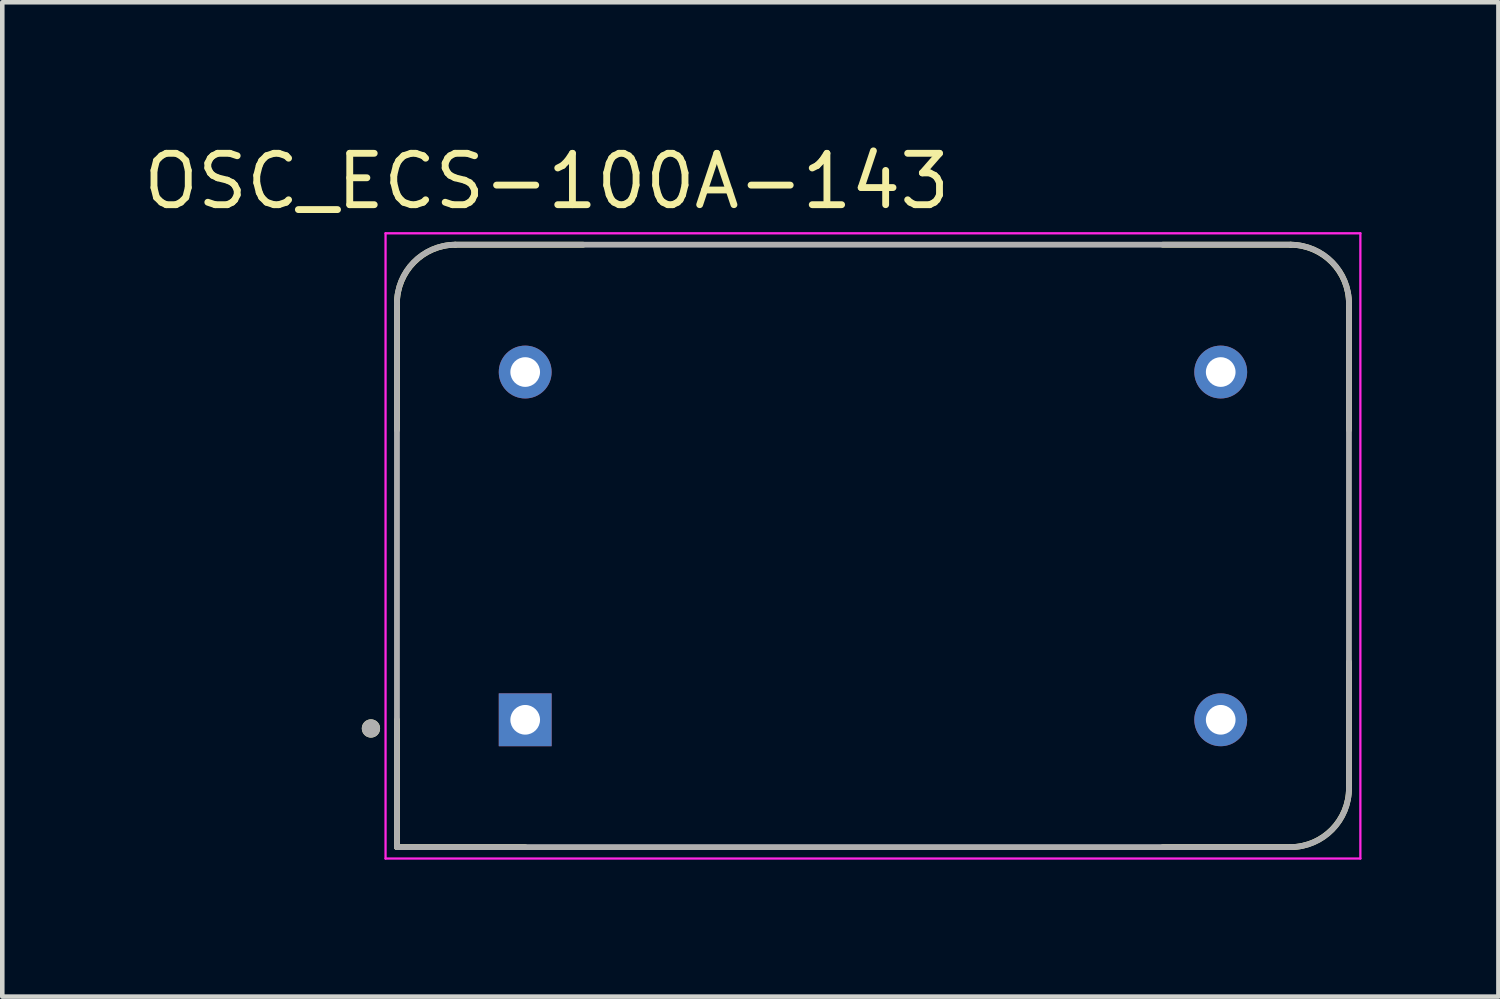
<source format=kicad_pcb>
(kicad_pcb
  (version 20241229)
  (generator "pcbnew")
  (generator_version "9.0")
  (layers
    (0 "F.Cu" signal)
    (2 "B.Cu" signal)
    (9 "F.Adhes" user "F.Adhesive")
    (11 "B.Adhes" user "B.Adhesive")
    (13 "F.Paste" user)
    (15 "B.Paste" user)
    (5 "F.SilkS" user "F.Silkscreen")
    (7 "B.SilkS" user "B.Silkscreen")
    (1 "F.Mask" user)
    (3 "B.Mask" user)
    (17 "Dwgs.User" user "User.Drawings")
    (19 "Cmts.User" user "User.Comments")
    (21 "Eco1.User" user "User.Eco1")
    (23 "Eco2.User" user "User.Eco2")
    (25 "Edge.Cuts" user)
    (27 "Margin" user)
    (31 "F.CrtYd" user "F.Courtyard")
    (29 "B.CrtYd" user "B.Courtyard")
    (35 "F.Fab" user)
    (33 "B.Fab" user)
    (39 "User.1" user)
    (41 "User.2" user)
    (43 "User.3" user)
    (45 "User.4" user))
  (footprint "OSC_ECS-100A-143"
    (layer "F.Cu")
    (at 16.078 8.912)
    (property "Reference" "OSC_ECS-100A-143" (at -7.148 -7.99 0) (layer "F.SilkS") (effects (font (size 1.126 1.126) (thickness 0.15))))
    (attr through_hole)
    (fp_line (start -10.43 -5.3) (end -10.43 -2.54) (stroke (width 0.127) (type solid)) (layer "F.SilkS"))
    (fp_line (start -10.43 3.81) (end -10.43 6.6) (stroke (width 0.127) (type solid)) (layer "F.SilkS"))
    (fp_line (start -10.43 6.6) (end -7.62 6.6) (stroke (width 0.127) (type solid)) (layer "F.SilkS"))
    (fp_line (start -6.35 -6.6) (end -9.15 -6.6) (stroke (width 0.127) (type solid)) (layer "F.SilkS"))
    (fp_line (start 6.35 -6.6) (end 9.15 -6.6) (stroke (width 0.127) (type solid)) (layer "F.SilkS"))
    (fp_line (start 6.35 6.6) (end 9.15 6.6) (stroke (width 0.127) (type solid)) (layer "F.SilkS"))
    (fp_line (start 10.43 -5.3) (end 10.43 -2.54) (stroke (width 0.127) (type solid)) (layer "F.SilkS"))
    (fp_line (start 10.43 5.3) (end 10.43 2.54) (stroke (width 0.127) (type solid)) (layer "F.SilkS"))
    (fp_arc (start -10.43 -5.3) (mid -10.059239 -6.215097) (end -9.15 -6.6) (stroke (width 0.127) (type solid)) (layer "F.SilkS"))
    (fp_arc (start 9.15 -6.6) (mid 10.059239 -6.215097) (end 10.43 -5.3) (stroke (width 0.127) (type solid)) (layer "F.SilkS"))
    (fp_arc (start 10.43 5.3) (mid 10.059239 6.215097) (end 9.15 6.6) (stroke (width 0.127) (type solid)) (layer "F.SilkS"))
    (fp_circle (center -11 4) (end -10.9 4) (stroke (width 0.2) (type solid)) (fill no) (layer "F.SilkS"))
    (fp_line (start -10.68 -6.85) (end 10.68 -6.85) (stroke (width 0.05) (type solid)) (layer "F.CrtYd"))
    (fp_line (start -10.68 6.85) (end -10.68 -6.85) (stroke (width 0.05) (type solid)) (layer "F.CrtYd"))
    (fp_line (start 10.68 -6.85) (end 10.68 6.85) (stroke (width 0.05) (type solid)) (layer "F.CrtYd"))
    (fp_line (start 10.68 6.85) (end -10.68 6.85) (stroke (width 0.05) (type solid)) (layer "F.CrtYd"))
    (fp_line (start -10.43 -5.3) (end -10.43 6.6) (stroke (width 0.127) (type solid)) (layer "F.Fab"))
    (fp_line (start -10.43 6.6) (end 9.16 6.6) (stroke (width 0.127) (type solid)) (layer "F.Fab"))
    (fp_line (start 9.16 -6.6) (end -9.16 -6.6) (stroke (width 0.127) (type solid)) (layer "F.Fab"))
    (fp_line (start 10.43 5.3) (end 10.43 -5.3) (stroke (width 0.127) (type solid)) (layer "F.Fab"))
    (fp_arc (start -10.43 -5.3) (mid -10.064239 -6.213026) (end -9.16 -6.6) (stroke (width 0.127) (type solid)) (layer "F.Fab"))
    (fp_arc (start 9.16 -6.6) (mid 10.064239 -6.213026) (end 10.43 -5.3) (stroke (width 0.127) (type solid)) (layer "F.Fab"))
    (fp_arc (start 10.43 5.3) (mid 10.064239 6.213026) (end 9.16 6.6) (stroke (width 0.127) (type solid)) (layer "F.Fab"))
    (fp_circle (center -11 4) (end -10.9 4) (stroke (width 0.2) (type solid)) (fill no) (layer "F.Fab"))
    (pad "1" thru_hole rect (at -7.62 3.81) (size 1.158 1.158) (drill 0.65) (layers "*.Cu" "*.Mask"))
    (pad "7" thru_hole circle (at 7.62 3.81) (size 1.158 1.158) (drill 0.65) (layers "*.Cu" "*.Mask"))
    (pad "8" thru_hole circle (at 7.62 -3.81) (size 1.158 1.158) (drill 0.65) (layers "*.Cu" "*.Mask"))
    (pad "14" thru_hole circle (at -7.62 -3.81) (size 1.158 1.158) (drill 0.65) (layers "*.Cu" "*.Mask")))
  (gr_rect
    (start -3 -3)
    (end 29.783 18.787)
    (stroke (width 0.1) (type default))
    (fill no)
    (layer "Edge.Cuts")))
</source>
